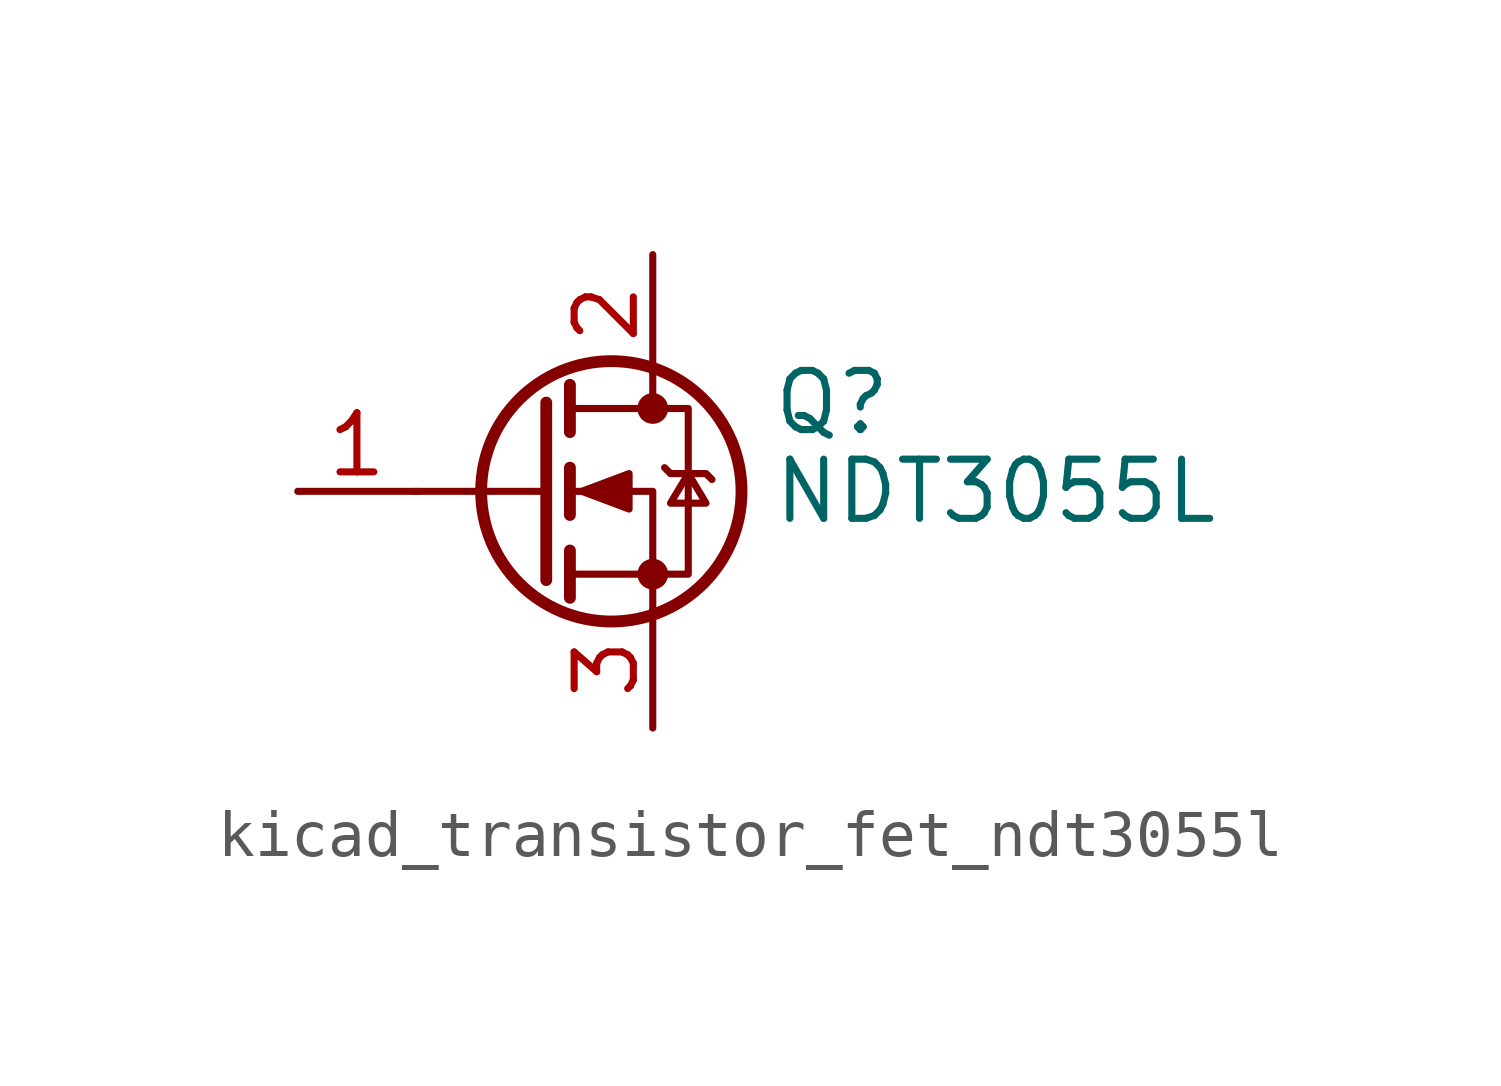
<source format=kicad_sym>
(kicad_symbol_lib
  (version 20220914)
  (generator kicad_symbol_editor)
  (symbol "kicad_transistor_fet_ndt3055l"
    (pin_names hide)
    (property "Reference" "Q"
      (at 5.08 1.905 0)
      (effects (font (size 1.27 1.27)) (justify left)))
    (property "Value" "NDT3055L"
      (at 5.08 0 0)
      (effects (font (size 1.27 1.27)) (justify left)))
    (symbol "kicad_transistor_fet_ndt3055l_0_1"
      (polyline (pts (xy 0.254 0) (xy -2.54 0)) (stroke (width 0) (type default)) (fill (type none)))
      (polyline (pts (xy 0.254 1.905) (xy 0.254 -1.905)) (stroke (width 0.254) (type default)) (fill (type none)))
      (polyline (pts (xy 0.762 -1.27) (xy 0.762 -2.286)) (stroke (width 0.254) (type default)) (fill (type none)))
      (polyline (pts (xy 0.762 0.508) (xy 0.762 -0.508)) (stroke (width 0.254) (type default)) (fill (type none)))
      (polyline (pts (xy 0.762 2.286) (xy 0.762 1.27)) (stroke (width 0.254) (type default)) (fill (type none)))
      (polyline (pts (xy 2.54 2.54) (xy 2.54 1.778)) (stroke (width 0) (type default)) (fill (type none)))
      (polyline (pts (xy 2.54 -2.54) (xy 2.54 0) (xy 0.762 0)) (stroke (width 0) (type default)) (fill (type none)))
      (polyline (pts (xy 0.762 -1.778) (xy 3.302 -1.778) (xy 3.302 1.778) (xy 0.762 1.778)) (stroke (width 0) (type default)) (fill (type none)))
      (polyline (pts (xy 1.016 0) (xy 2.032 0.381) (xy 2.032 -0.381) (xy 1.016 0)) (stroke (width 0) (type default)) (fill (type outline)))
      (polyline (pts (xy 2.794 0.508) (xy 2.921 0.381) (xy 3.683 0.381) (xy 3.81 0.254)) (stroke (width 0) (type default)) (fill (type none)))
      (polyline (pts (xy 3.302 0.381) (xy 2.921 -0.254) (xy 3.683 -0.254) (xy 3.302 0.381)) (stroke (width 0) (type default)) (fill (type none)))
      (circle (center 1.651 0) (radius 2.794) (stroke (width 0.254) (type default)) (fill (type none)))
      (circle (center 2.54 -1.778) (radius 0.254) (stroke (width 0) (type default)) (fill (type outline)))
      (circle (center 2.54 1.778) (radius 0.254) (stroke (width 0) (type default)) (fill (type outline))))
    (symbol "kicad_transistor_fet_ndt3055l_1_1"
      (pin input line (at -5.08 0 0) (length 2.54) (name "G" (effects (font (size 1.27 1.27)))) (number "1" (effects (font (size 1.27 1.27)))))
      (pin passive line (at 2.54 5.08 270) (length 2.54) (name "D" (effects (font (size 1.27 1.27)))) (number "2" (effects (font (size 1.27 1.27)))))
      (pin passive line (at 2.54 -5.08 90) (length 2.54) (name "S" (effects (font (size 1.27 1.27)))) (number "3" (effects (font (size 1.27 1.27))))))))
</source>
